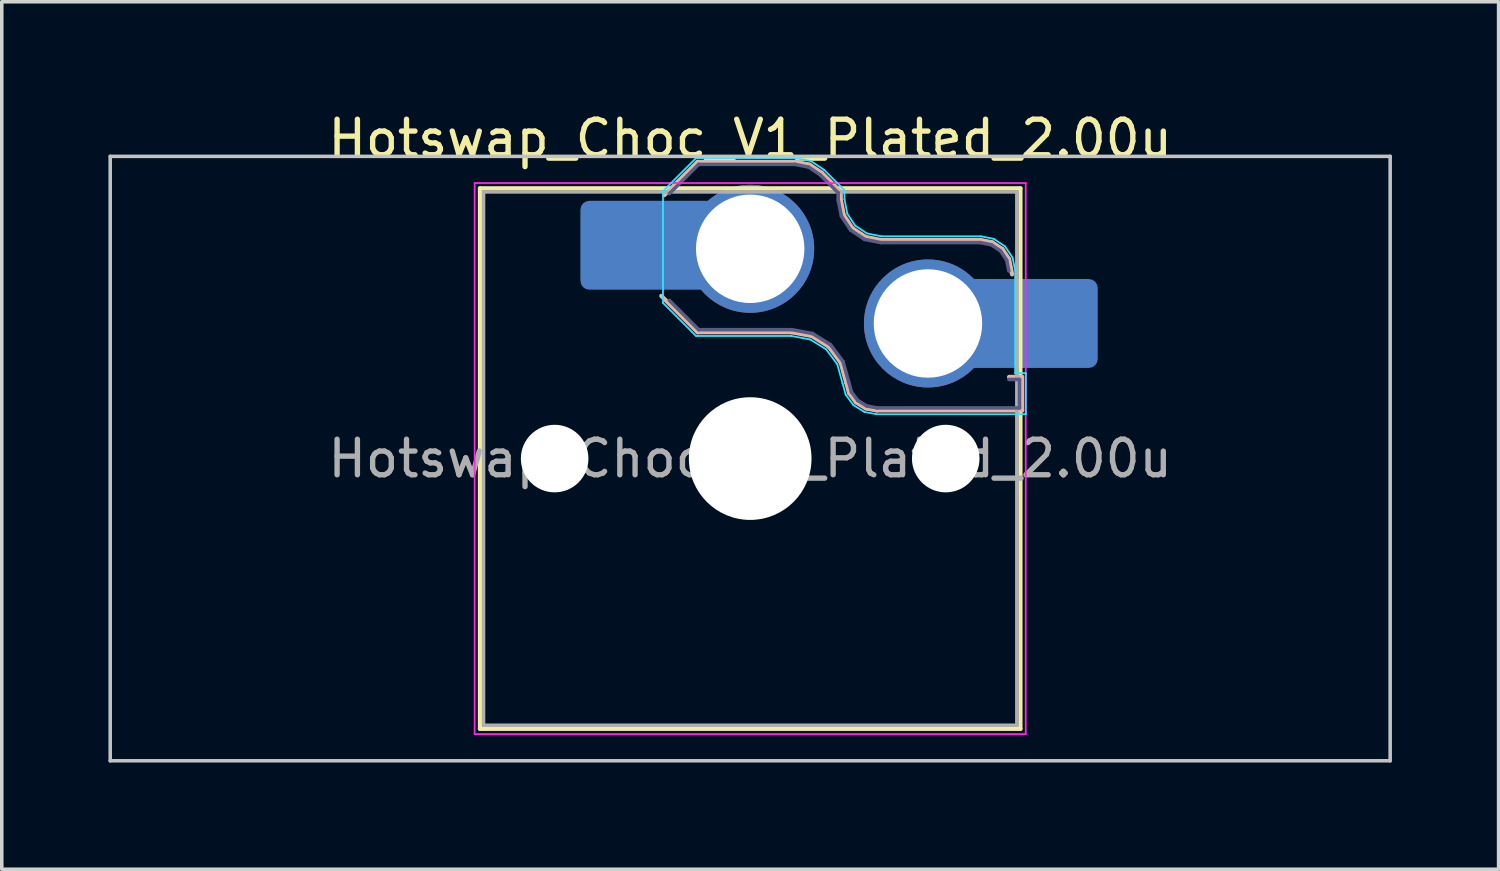
<source format=kicad_pcb>
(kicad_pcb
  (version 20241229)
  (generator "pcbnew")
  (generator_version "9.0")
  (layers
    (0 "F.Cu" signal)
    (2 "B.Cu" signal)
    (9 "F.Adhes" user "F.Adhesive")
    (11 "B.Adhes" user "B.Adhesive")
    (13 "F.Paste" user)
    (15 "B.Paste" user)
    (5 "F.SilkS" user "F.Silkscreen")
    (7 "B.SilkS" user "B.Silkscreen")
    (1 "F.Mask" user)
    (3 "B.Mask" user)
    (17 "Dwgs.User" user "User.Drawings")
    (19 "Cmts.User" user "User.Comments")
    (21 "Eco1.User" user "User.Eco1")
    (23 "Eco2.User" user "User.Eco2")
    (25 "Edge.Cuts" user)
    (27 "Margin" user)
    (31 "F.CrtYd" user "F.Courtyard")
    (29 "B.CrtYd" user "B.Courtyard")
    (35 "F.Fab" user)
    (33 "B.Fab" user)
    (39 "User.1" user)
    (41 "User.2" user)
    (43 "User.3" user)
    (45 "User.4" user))
  (footprint "Hotswap_Choc_V1_Plated_2.00u"
    (layer "F.Cu")
    (at 18.05 9.848)
    (property "Reference" "Hotswap_Choc_V1_Plated_2.00u" (at 0 -9 0) (layer "F.SilkS") (effects (font (size 1 1) (thickness 0.15))))
    (attr smd)
    (fp_line (start -7.6 -7.6) (end -7.6 7.6) (stroke (width 0.12) (type solid)) (layer "F.SilkS"))
    (fp_line (start -7.6 7.6) (end 7.6 7.6) (stroke (width 0.12) (type solid)) (layer "F.SilkS"))
    (fp_line (start 7.6 -7.6) (end -7.6 -7.6) (stroke (width 0.12) (type solid)) (layer "F.SilkS"))
    (fp_line (start 7.6 7.6) (end 7.6 -7.6) (stroke (width 0.12) (type solid)) (layer "F.SilkS"))
    (fp_line (start -2.416 -7.409) (end -1.479 -8.346) (stroke (width 0.12) (type solid)) (layer "B.SilkS"))
    (fp_line (start -1.479 -8.346) (end 1.268 -8.346) (stroke (width 0.12) (type solid)) (layer "B.SilkS"))
    (fp_line (start -1.479 -3.554) (end -2.5 -4.575) (stroke (width 0.12) (type solid)) (layer "B.SilkS"))
    (fp_line (start 1.168 -3.554) (end -1.479 -3.554) (stroke (width 0.12) (type solid)) (layer "B.SilkS"))
    (fp_line (start 1.268 -8.346) (end 1.671 -8.266) (stroke (width 0.12) (type solid)) (layer "B.SilkS"))
    (fp_line (start 1.671 -8.266) (end 2.013 -8.037) (stroke (width 0.12) (type solid)) (layer "B.SilkS"))
    (fp_line (start 1.73 -3.449) (end 1.168 -3.554) (stroke (width 0.12) (type solid)) (layer "B.SilkS"))
    (fp_line (start 2.013 -8.037) (end 2.546 -7.504) (stroke (width 0.12) (type solid)) (layer "B.SilkS"))
    (fp_line (start 2.209 -3.15) (end 1.73 -3.449) (stroke (width 0.12) (type solid)) (layer "B.SilkS"))
    (fp_line (start 2.546 -7.504) (end 2.546 -7.282) (stroke (width 0.12) (type solid)) (layer "B.SilkS"))
    (fp_line (start 2.546 -7.282) (end 2.633 -6.844) (stroke (width 0.12) (type solid)) (layer "B.SilkS"))
    (fp_line (start 2.547 -2.697) (end 2.209 -3.15) (stroke (width 0.12) (type solid)) (layer "B.SilkS"))
    (fp_line (start 2.633 -6.844) (end 2.877 -6.477) (stroke (width 0.12) (type solid)) (layer "B.SilkS"))
    (fp_line (start 2.701 -2.139) (end 2.547 -2.697) (stroke (width 0.12) (type solid)) (layer "B.SilkS"))
    (fp_line (start 2.783 -1.841) (end 2.701 -2.139) (stroke (width 0.12) (type solid)) (layer "B.SilkS"))
    (fp_line (start 2.877 -6.477) (end 3.244 -6.233) (stroke (width 0.12) (type solid)) (layer "B.SilkS"))
    (fp_line (start 2.976 -1.583) (end 2.783 -1.841) (stroke (width 0.12) (type solid)) (layer "B.SilkS"))
    (fp_line (start 3.244 -6.233) (end 3.682 -6.146) (stroke (width 0.12) (type solid)) (layer "B.SilkS"))
    (fp_line (start 3.25 -1.413) (end 2.976 -1.583) (stroke (width 0.12) (type solid)) (layer "B.SilkS"))
    (fp_line (start 3.56 -1.354) (end 3.25 -1.413) (stroke (width 0.12) (type solid)) (layer "B.SilkS"))
    (fp_line (start 3.682 -6.146) (end 6.482 -6.146) (stroke (width 0.12) (type solid)) (layer "B.SilkS"))
    (fp_line (start 6.482 -6.146) (end 6.809 -6.081) (stroke (width 0.12) (type solid)) (layer "B.SilkS"))
    (fp_line (start 6.809 -6.081) (end 7.092 -5.892) (stroke (width 0.12) (type solid)) (layer "B.SilkS"))
    (fp_line (start 7.092 -5.892) (end 7.281 -5.609) (stroke (width 0.12) (type solid)) (layer "B.SilkS"))
    (fp_line (start 7.281 -5.609) (end 7.366 -5.182) (stroke (width 0.12) (type solid)) (layer "B.SilkS"))
    (fp_line (start 7.283 -2.296) (end 7.646 -2.296) (stroke (width 0.12) (type solid)) (layer "B.SilkS"))
    (fp_line (start 7.646 -2.296) (end 7.646 -1.354) (stroke (width 0.12) (type solid)) (layer "B.SilkS"))
    (fp_line (start 7.646 -1.354) (end 3.56 -1.354) (stroke (width 0.12) (type solid)) (layer "B.SilkS"))
    (fp_line (start -18 -8.5) (end -18 8.5) (stroke (width 0.1) (type solid)) (layer "Dwgs.User"))
    (fp_line (start -18 8.5) (end 18 8.5) (stroke (width 0.1) (type solid)) (layer "Dwgs.User"))
    (fp_line (start 18 -8.5) (end -18 -8.5) (stroke (width 0.1) (type solid)) (layer "Dwgs.User"))
    (fp_line (start 18 8.5) (end 18 -8.5) (stroke (width 0.1) (type solid)) (layer "Dwgs.User"))
    (fp_line (start -7.25 -7.25) (end -7.25 7.25) (stroke (width 0.1) (type solid)) (layer "Eco1.User"))
    (fp_line (start -7.25 7.25) (end 7.25 7.25) (stroke (width 0.1) (type solid)) (layer "Eco1.User"))
    (fp_line (start 7.25 -7.25) (end -7.25 -7.25) (stroke (width 0.1) (type solid)) (layer "Eco1.User"))
    (fp_line (start 7.25 7.25) (end 7.25 -7.25) (stroke (width 0.1) (type solid)) (layer "Eco1.User"))
    (fp_line (start -2.452 -7.523) (end -1.523 -8.452) (stroke (width 0.05) (type solid)) (layer "B.CrtYd"))
    (fp_line (start -2.452 -4.377) (end -2.452 -7.523) (stroke (width 0.05) (type solid)) (layer "B.CrtYd"))
    (fp_line (start -1.523 -8.452) (end 1.278 -8.452) (stroke (width 0.05) (type solid)) (layer "B.CrtYd"))
    (fp_line (start -1.523 -3.448) (end -2.452 -4.377) (stroke (width 0.05) (type solid)) (layer "B.CrtYd"))
    (fp_line (start 1.159 -3.448) (end -1.523 -3.448) (stroke (width 0.05) (type solid)) (layer "B.CrtYd"))
    (fp_line (start 1.278 -8.452) (end 1.712 -8.366) (stroke (width 0.05) (type solid)) (layer "B.CrtYd"))
    (fp_line (start 1.691 -3.348) (end 1.159 -3.448) (stroke (width 0.05) (type solid)) (layer "B.CrtYd"))
    (fp_line (start 1.712 -8.366) (end 2.081 -8.119) (stroke (width 0.05) (type solid)) (layer "B.CrtYd"))
    (fp_line (start 2.081 -8.119) (end 2.652 -7.548) (stroke (width 0.05) (type solid)) (layer "B.CrtYd"))
    (fp_line (start 2.136 -3.071) (end 1.691 -3.348) (stroke (width 0.05) (type solid)) (layer "B.CrtYd"))
    (fp_line (start 2.45 -2.65) (end 2.136 -3.071) (stroke (width 0.05) (type solid)) (layer "B.CrtYd"))
    (fp_line (start 2.599 -2.111) (end 2.45 -2.65) (stroke (width 0.05) (type solid)) (layer "B.CrtYd"))
    (fp_line (start 2.652 -7.548) (end 2.652 -7.292) (stroke (width 0.05) (type solid)) (layer "B.CrtYd"))
    (fp_line (start 2.652 -7.292) (end 2.733 -6.885) (stroke (width 0.05) (type solid)) (layer "B.CrtYd"))
    (fp_line (start 2.687 -1.794) (end 2.599 -2.111) (stroke (width 0.05) (type solid)) (layer "B.CrtYd"))
    (fp_line (start 2.733 -6.885) (end 2.953 -6.553) (stroke (width 0.05) (type solid)) (layer "B.CrtYd"))
    (fp_line (start 2.903 -1.503) (end 2.687 -1.794) (stroke (width 0.05) (type solid)) (layer "B.CrtYd"))
    (fp_line (start 2.953 -6.553) (end 3.285 -6.333) (stroke (width 0.05) (type solid)) (layer "B.CrtYd"))
    (fp_line (start 3.211 -1.312) (end 2.903 -1.503) (stroke (width 0.05) (type solid)) (layer "B.CrtYd"))
    (fp_line (start 3.285 -6.333) (end 3.692 -6.252) (stroke (width 0.05) (type solid)) (layer "B.CrtYd"))
    (fp_line (start 3.55 -1.248) (end 3.211 -1.312) (stroke (width 0.05) (type solid)) (layer "B.CrtYd"))
    (fp_line (start 3.692 -6.252) (end 6.492 -6.252) (stroke (width 0.05) (type solid)) (layer "B.CrtYd"))
    (fp_line (start 6.492 -6.252) (end 6.85 -6.181) (stroke (width 0.05) (type solid)) (layer "B.CrtYd"))
    (fp_line (start 6.85 -6.181) (end 7.168 -5.968) (stroke (width 0.05) (type solid)) (layer "B.CrtYd"))
    (fp_line (start 7.168 -5.968) (end 7.381 -5.65) (stroke (width 0.05) (type solid)) (layer "B.CrtYd"))
    (fp_line (start 7.381 -5.65) (end 7.452 -5.292) (stroke (width 0.05) (type solid)) (layer "B.CrtYd"))
    (fp_line (start 7.452 -5.292) (end 7.452 -2.402) (stroke (width 0.05) (type solid)) (layer "B.CrtYd"))
    (fp_line (start 7.452 -2.402) (end 7.752 -2.402) (stroke (width 0.05) (type solid)) (layer "B.CrtYd"))
    (fp_line (start 7.752 -2.402) (end 7.752 -1.248) (stroke (width 0.05) (type solid)) (layer "B.CrtYd"))
    (fp_line (start 7.752 -1.248) (end 3.55 -1.248) (stroke (width 0.05) (type solid)) (layer "B.CrtYd"))
    (fp_line (start -7.75 -7.75) (end -7.75 7.75) (stroke (width 0.05) (type solid)) (layer "F.CrtYd"))
    (fp_line (start -7.75 7.75) (end 7.75 7.75) (stroke (width 0.05) (type solid)) (layer "F.CrtYd"))
    (fp_line (start 7.75 -7.75) (end -7.75 -7.75) (stroke (width 0.05) (type solid)) (layer "F.CrtYd"))
    (fp_line (start 7.75 7.75) (end 7.75 -7.75) (stroke (width 0.05) (type solid)) (layer "F.CrtYd"))
    (fp_line (start -2.275 -7.45) (end -1.45 -8.275) (stroke (width 0.1) (type solid)) (layer "B.Fab"))
    (fp_line (start -1.45 -8.275) (end 1.261 -8.275) (stroke (width 0.1) (type solid)) (layer "B.Fab"))
    (fp_line (start -1.45 -3.625) (end -2.275 -4.45) (stroke (width 0.1) (type solid)) (layer "B.Fab"))
    (fp_line (start 1.175 -3.625) (end -1.45 -3.625) (stroke (width 0.1) (type solid)) (layer "B.Fab"))
    (fp_line (start 1.261 -8.275) (end 1.643 -8.199) (stroke (width 0.1) (type solid)) (layer "B.Fab"))
    (fp_line (start 1.643 -8.199) (end 1.968 -7.982) (stroke (width 0.1) (type solid)) (layer "B.Fab"))
    (fp_line (start 1.756 -3.516) (end 1.175 -3.625) (stroke (width 0.1) (type solid)) (layer "B.Fab"))
    (fp_line (start 1.968 -7.982) (end 2.475 -7.475) (stroke (width 0.1) (type solid)) (layer "B.Fab"))
    (fp_line (start 2.258 -3.203) (end 1.756 -3.516) (stroke (width 0.1) (type solid)) (layer "B.Fab"))
    (fp_line (start 2.475 -7.475) (end 2.475 -7.275) (stroke (width 0.1) (type solid)) (layer "B.Fab"))
    (fp_line (start 2.475 -7.275) (end 2.566 -6.816) (stroke (width 0.1) (type solid)) (layer "B.Fab"))
    (fp_line (start 2.566 -6.816) (end 2.826 -6.426) (stroke (width 0.1) (type solid)) (layer "B.Fab"))
    (fp_line (start 2.612 -2.729) (end 2.258 -3.203) (stroke (width 0.1) (type solid)) (layer "B.Fab"))
    (fp_line (start 2.769 -2.158) (end 2.612 -2.729) (stroke (width 0.1) (type solid)) (layer "B.Fab"))
    (fp_line (start 2.826 -6.426) (end 3.216 -6.166) (stroke (width 0.1) (type solid)) (layer "B.Fab"))
    (fp_line (start 2.848 -1.873) (end 2.769 -2.158) (stroke (width 0.1) (type solid)) (layer "B.Fab"))
    (fp_line (start 3.025 -1.636) (end 2.848 -1.873) (stroke (width 0.1) (type solid)) (layer "B.Fab"))
    (fp_line (start 3.216 -6.166) (end 3.675 -6.075) (stroke (width 0.1) (type solid)) (layer "B.Fab"))
    (fp_line (start 3.276 -1.48) (end 3.025 -1.636) (stroke (width 0.1) (type solid)) (layer "B.Fab"))
    (fp_line (start 3.567 -1.425) (end 3.276 -1.48) (stroke (width 0.1) (type solid)) (layer "B.Fab"))
    (fp_line (start 3.675 -6.075) (end 6.475 -6.075) (stroke (width 0.1) (type solid)) (layer "B.Fab"))
    (fp_line (start 6.475 -6.075) (end 6.781 -6.014) (stroke (width 0.1) (type solid)) (layer "B.Fab"))
    (fp_line (start 6.781 -6.014) (end 7.041 -5.841) (stroke (width 0.1) (type solid)) (layer "B.Fab"))
    (fp_line (start 7.041 -5.841) (end 7.214 -5.581) (stroke (width 0.1) (type solid)) (layer "B.Fab"))
    (fp_line (start 7.214 -5.581) (end 7.275 -5.275) (stroke (width 0.1) (type solid)) (layer "B.Fab"))
    (fp_line (start 7.275 -2.225) (end 7.575 -2.225) (stroke (width 0.1) (type solid)) (layer "B.Fab"))
    (fp_line (start 7.575 -2.225) (end 7.575 -1.425) (stroke (width 0.1) (type solid)) (layer "B.Fab"))
    (fp_line (start 7.575 -1.425) (end 3.567 -1.425) (stroke (width 0.1) (type solid)) (layer "B.Fab"))
    (fp_line (start -7.5 -7.5) (end -7.5 7.5) (stroke (width 0.1) (type solid)) (layer "F.Fab"))
    (fp_line (start -7.5 7.5) (end 7.5 7.5) (stroke (width 0.1) (type solid)) (layer "F.Fab"))
    (fp_line (start 7.5 -7.5) (end -7.5 -7.5) (stroke (width 0.1) (type solid)) (layer "F.Fab"))
    (fp_line (start 7.5 7.5) (end 7.5 -7.5) (stroke (width 0.1) (type solid)) (layer "F.Fab"))
    (fp_text user "${REFERENCE}" (at 0 0 0) (layer "F.Fab") (effects (font (size 1 1) (thickness 0.15))))
    (pad "" np_thru_hole circle (at -5.5 0) (size 1.9 1.9) (drill 1.9) (layers "*.Cu" "*.Mask"))
    (pad "" smd roundrect (at -3.5 -6) (size 2.55 2.5) (layers "B.Mask" "B.Paste") (roundrect_rratio 0.1))
    (pad "" np_thru_hole circle (at 0 0) (size 3.45 3.45) (drill 3.45) (layers "*.Cu" "*.Mask"))
    (pad "" np_thru_hole circle (at 5.5 0) (size 1.9 1.9) (drill 1.9) (layers "*.Cu" "*.Mask"))
    (pad "" smd roundrect (at 8.5 -3.8) (size 2.55 2.5) (layers "B.Mask" "B.Paste") (roundrect_rratio 0.1))
    (pad "1" smd roundrect (at -2.85 -6) (size 3.85 2.5) (layers "B.Cu") (roundrect_rratio 0.1))
    (pad "1" thru_hole circle (at 0 -5.9) (size 3.6 3.6) (drill 3.05) (layers "*.Cu" "*.Mask"))
    (pad "2" thru_hole circle (at 5 -3.8) (size 3.6 3.6) (drill 3.05) (layers "*.Cu" "*.Mask"))
    (pad "2" smd roundrect (at 7.85 -3.8) (size 3.85 2.5) (layers "B.Cu") (roundrect_rratio 0.1)))
  (gr_rect
    (start -3 -3)
    (end 39.1 21.398)
    (stroke (width 0.1) (type default))
    (fill no)
    (layer "Edge.Cuts")))
</source>
